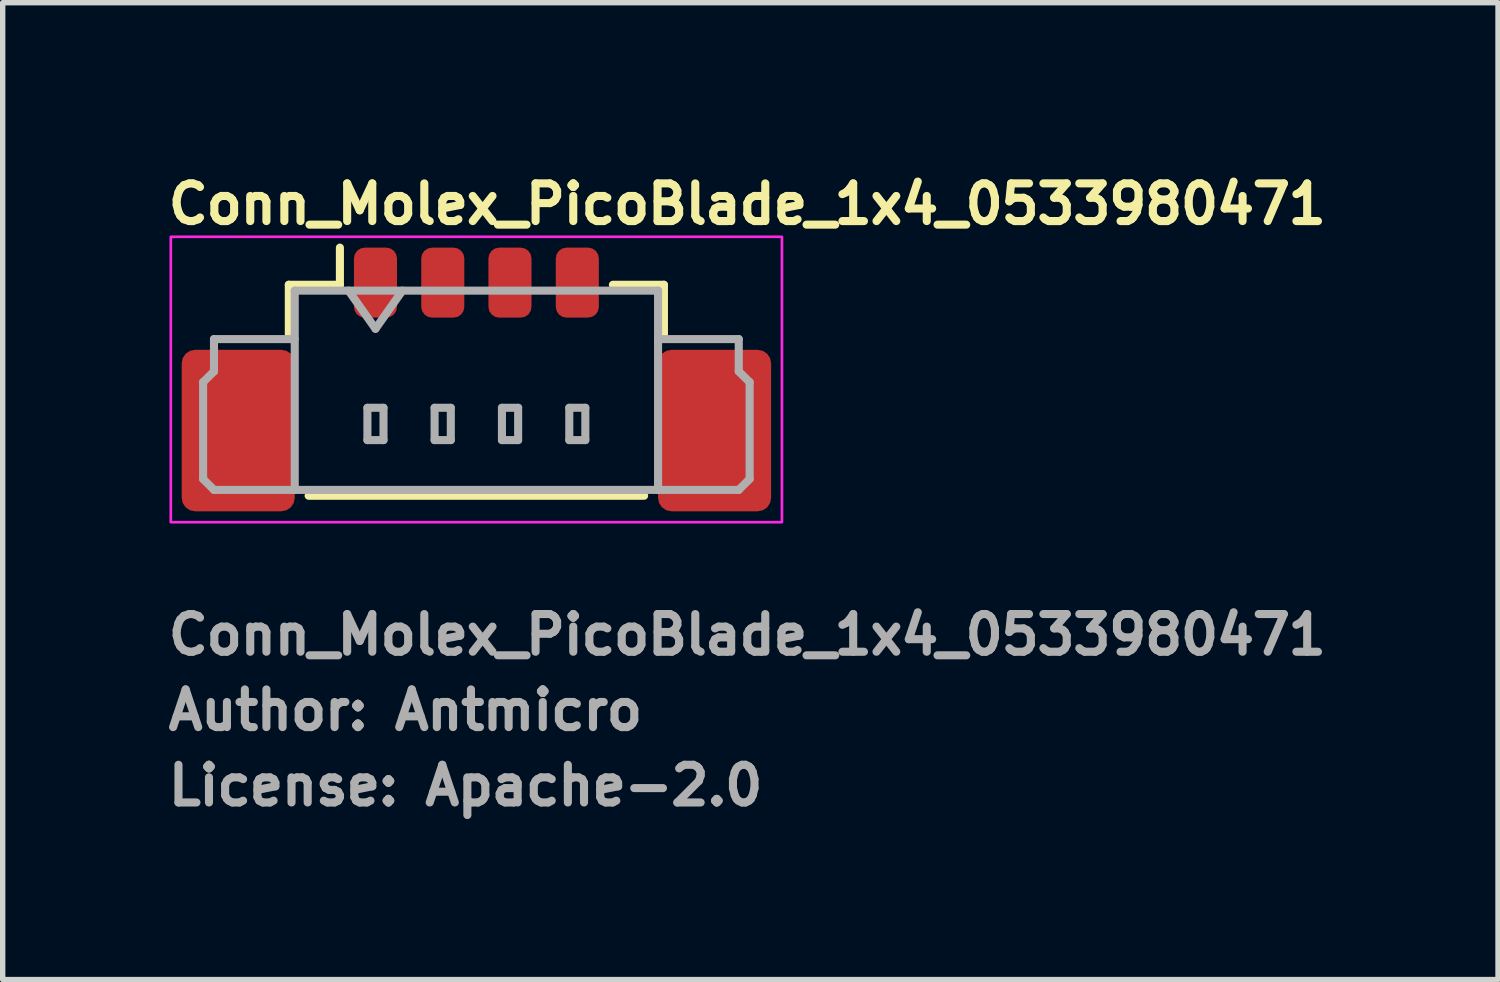
<source format=kicad_pcb>
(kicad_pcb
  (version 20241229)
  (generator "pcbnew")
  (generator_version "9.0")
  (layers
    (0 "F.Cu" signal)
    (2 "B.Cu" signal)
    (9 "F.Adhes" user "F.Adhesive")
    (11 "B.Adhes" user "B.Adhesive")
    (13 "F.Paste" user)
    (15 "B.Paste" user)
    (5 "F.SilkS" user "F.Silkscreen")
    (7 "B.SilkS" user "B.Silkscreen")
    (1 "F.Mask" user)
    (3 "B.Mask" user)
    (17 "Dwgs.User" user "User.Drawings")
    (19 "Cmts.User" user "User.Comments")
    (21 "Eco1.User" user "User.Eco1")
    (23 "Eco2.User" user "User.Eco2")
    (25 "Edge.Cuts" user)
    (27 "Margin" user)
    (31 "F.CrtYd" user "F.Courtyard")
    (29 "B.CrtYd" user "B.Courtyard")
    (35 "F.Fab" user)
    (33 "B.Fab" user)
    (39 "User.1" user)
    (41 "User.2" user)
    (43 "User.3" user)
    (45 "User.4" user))
  (footprint "Conn_Molex_PicoBlade_1x4_0533980471"
    (layer "F.Cu")
    (at 5.8 3.95)
    (property "Reference" "Conn_Molex_PicoBlade_1x4_0533980471" (at -5.8 -2.8 0) (layer "F.SilkS") (effects (font (size 0.7 0.7) (thickness 0.15)) (justify left bottom)))
    (attr smd)
    (fp_line (start -3.485 -1.71) (end -2.536 -1.71) (stroke (width 0.15) (type solid)) (layer "F.SilkS"))
    (fp_line (start -3.485 -0.76) (end -3.485 -1.71) (stroke (width 0.15) (type solid)) (layer "F.SilkS"))
    (fp_line (start -3.117 2.209) (end 3.115 2.209) (stroke (width 0.15) (type solid)) (layer "F.SilkS"))
    (fp_line (start -2.536 -1.71) (end -2.536 -2.4) (stroke (width 0.15) (type solid)) (layer "F.SilkS"))
    (fp_line (start 3.483 -1.71) (end 2.535 -1.71) (stroke (width 0.15) (type solid)) (layer "F.SilkS"))
    (fp_line (start 3.483 -0.76) (end 3.483 -1.71) (stroke (width 0.15) (type solid)) (layer "F.SilkS"))
    (fp_rect (start -5.677 -2.601) (end 5.675 2.7) (stroke (width 0.05) (type solid)) (fill no) (layer "F.CrtYd"))
    (fp_line (start -5.077 0.099) (end -4.875 -0.101) (stroke (width 0.15) (type solid)) (layer "F.Fab"))
    (fp_line (start -5.077 1.898) (end -5.077 0.099) (stroke (width 0.15) (type solid)) (layer "F.Fab"))
    (fp_line (start -4.875 -0.701) (end -3.375 -0.701) (stroke (width 0.15) (type solid)) (layer "F.Fab"))
    (fp_line (start -4.875 -0.101) (end -4.875 -0.701) (stroke (width 0.15) (type solid)) (layer "F.Fab"))
    (fp_line (start -4.875 2.1) (end -5.077 1.898) (stroke (width 0.15) (type solid)) (layer "F.Fab"))
    (fp_line (start -3.375 -1.601) (end -3.375 2.1) (stroke (width 0.15) (type solid)) (layer "F.Fab"))
    (fp_line (start -3.375 -1.601) (end 3.374 -1.601) (stroke (width 0.15) (type solid)) (layer "F.Fab"))
    (fp_line (start -3.375 2.1) (end -4.875 2.1) (stroke (width 0.15) (type solid)) (layer "F.Fab"))
    (fp_line (start -3.375 2.1) (end 3.374 2.1) (stroke (width 0.15) (type solid)) (layer "F.Fab"))
    (fp_line (start -2.375 -1.601) (end -1.875 -0.893) (stroke (width 0.15) (type solid)) (layer "F.Fab"))
    (fp_line (start -2.025 0.575) (end -2.025 1.175) (stroke (width 0.15) (type solid)) (layer "F.Fab"))
    (fp_line (start -2.025 1.175) (end -1.726 1.175) (stroke (width 0.15) (type solid)) (layer "F.Fab"))
    (fp_line (start -1.875 -0.893) (end -1.375 -1.601) (stroke (width 0.15) (type solid)) (layer "F.Fab"))
    (fp_line (start -1.726 0.575) (end -2.025 0.575) (stroke (width 0.15) (type solid)) (layer "F.Fab"))
    (fp_line (start -1.726 1.175) (end -1.726 0.575) (stroke (width 0.15) (type solid)) (layer "F.Fab"))
    (fp_line (start -0.777 0.575) (end -0.777 1.175) (stroke (width 0.15) (type solid)) (layer "F.Fab"))
    (fp_line (start -0.777 1.175) (end -0.476 1.175) (stroke (width 0.15) (type solid)) (layer "F.Fab"))
    (fp_line (start -0.476 0.575) (end -0.777 0.575) (stroke (width 0.15) (type solid)) (layer "F.Fab"))
    (fp_line (start -0.476 1.175) (end -0.476 0.575) (stroke (width 0.15) (type solid)) (layer "F.Fab"))
    (fp_line (start 0.474 0.575) (end 0.474 1.175) (stroke (width 0.15) (type solid)) (layer "F.Fab"))
    (fp_line (start 0.474 1.175) (end 0.775 1.175) (stroke (width 0.15) (type solid)) (layer "F.Fab"))
    (fp_line (start 0.775 0.575) (end 0.474 0.575) (stroke (width 0.15) (type solid)) (layer "F.Fab"))
    (fp_line (start 0.775 1.175) (end 0.775 0.575) (stroke (width 0.15) (type solid)) (layer "F.Fab"))
    (fp_line (start 1.725 0.575) (end 1.725 1.175) (stroke (width 0.15) (type solid)) (layer "F.Fab"))
    (fp_line (start 1.725 1.175) (end 2.023 1.175) (stroke (width 0.15) (type solid)) (layer "F.Fab"))
    (fp_line (start 2.023 0.575) (end 1.725 0.575) (stroke (width 0.15) (type solid)) (layer "F.Fab"))
    (fp_line (start 2.023 1.175) (end 2.023 0.575) (stroke (width 0.15) (type solid)) (layer "F.Fab"))
    (fp_line (start 3.374 -1.601) (end 3.374 2.1) (stroke (width 0.15) (type solid)) (layer "F.Fab"))
    (fp_line (start 3.374 2.1) (end 4.873 2.1) (stroke (width 0.15) (type solid)) (layer "F.Fab"))
    (fp_line (start 4.873 -0.701) (end 3.374 -0.701) (stroke (width 0.15) (type solid)) (layer "F.Fab"))
    (fp_line (start 4.873 -0.101) (end 4.873 -0.701) (stroke (width 0.15) (type solid)) (layer "F.Fab"))
    (fp_line (start 4.873 2.1) (end 5.075 1.898) (stroke (width 0.15) (type solid)) (layer "F.Fab"))
    (fp_line (start 5.075 0.099) (end 4.873 -0.101) (stroke (width 0.15) (type solid)) (layer "F.Fab"))
    (fp_line (start 5.075 1.898) (end 5.075 0.099) (stroke (width 0.15) (type solid)) (layer "F.Fab"))
    (fp_rect (start -5.077 -2.101) (end 5.075 2.1) (stroke (width 0.1) (type solid)) (fill no) (layer "User.5"))
    (fp_line (start -5.077 0.199) (end -5.077 1.798) (stroke (width 0.02) (type solid)) (layer "User.9"))
    (fp_line (start -5.077 0.199) (end -4.875 0) (stroke (width 0.02) (type solid)) (layer "User.9"))
    (fp_line (start -5.077 1.798) (end -4.875 1.999) (stroke (width 0.02) (type solid)) (layer "User.9"))
    (fp_line (start -4.875 -0.701) (end -3.375 -0.701) (stroke (width 0.02) (type solid)) (layer "User.9"))
    (fp_line (start -4.875 2.1) (end -4.875 -0.701) (stroke (width 0.02) (type solid)) (layer "User.9"))
    (fp_line (start -4.875 2.1) (end -3.375 2.1) (stroke (width 0.02) (type solid)) (layer "User.9"))
    (fp_line (start -3.375 -1.601) (end -3.375 -1.401) (stroke (width 0.02) (type solid)) (layer "User.9"))
    (fp_line (start -3.375 -1.401) (end -3.375 -0.701) (stroke (width 0.02) (type solid)) (layer "User.9"))
    (fp_line (start -3.375 -0.701) (end -3.375 2.1) (stroke (width 0.02) (type solid)) (layer "User.9"))
    (fp_line (start -3.375 -0.701) (end -2.976 -0.701) (stroke (width 0.02) (type solid)) (layer "User.9"))
    (fp_line (start -3.375 2.1) (end -1.526 2.1) (stroke (width 0.02) (type solid)) (layer "User.9"))
    (fp_line (start -2.976 -0.701) (end -2.976 1.898) (stroke (width 0.02) (type solid)) (layer "User.9"))
    (fp_line (start -2.976 -0.701) (end -2.775 -0.701) (stroke (width 0.02) (type solid)) (layer "User.9"))
    (fp_line (start -2.976 1.898) (end -2.775 1.699) (stroke (width 0.02) (type solid)) (layer "User.9"))
    (fp_line (start -2.976 1.898) (end -1.526 1.898) (stroke (width 0.02) (type solid)) (layer "User.9"))
    (fp_line (start -2.775 -0.701) (end -2.775 1.699) (stroke (width 0.02) (type solid)) (layer "User.9"))
    (fp_line (start -2.775 -0.701) (end -2.426 -0.701) (stroke (width 0.02) (type solid)) (layer "User.9"))
    (fp_line (start -2.775 1.699) (end -1.526 1.699) (stroke (width 0.02) (type solid)) (layer "User.9"))
    (fp_line (start -2.426 -1.401) (end -3.375 -1.401) (stroke (width 0.02) (type solid)) (layer "User.9"))
    (fp_line (start -2.426 -0.701) (end -2.426 -1.401) (stroke (width 0.02) (type solid)) (layer "User.9"))
    (fp_line (start -2.036 -2.101) (end -2.036 -1.601) (stroke (width 0.02) (type solid)) (layer "User.9"))
    (fp_line (start -2.036 -2.101) (end -1.716 -2.101) (stroke (width 0.02) (type solid)) (layer "User.9"))
    (fp_line (start -2.036 0.574) (end -2.036 1.175) (stroke (width 0.02) (type solid)) (layer "User.9"))
    (fp_line (start -2.036 0.574) (end -1.716 0.574) (stroke (width 0.02) (type solid)) (layer "User.9"))
    (fp_line (start -2.036 1.175) (end -1.716 1.175) (stroke (width 0.02) (type solid)) (layer "User.9"))
    (fp_line (start -1.986 0.675) (end -2.036 0.574) (stroke (width 0.02) (type solid)) (layer "User.9"))
    (fp_line (start -1.986 0.675) (end -1.986 1.074) (stroke (width 0.02) (type solid)) (layer "User.9"))
    (fp_line (start -1.986 0.675) (end -1.766 0.675) (stroke (width 0.02) (type solid)) (layer "User.9"))
    (fp_line (start -1.986 1.074) (end -2.036 1.175) (stroke (width 0.02) (type solid)) (layer "User.9"))
    (fp_line (start -1.986 1.074) (end -1.766 1.074) (stroke (width 0.02) (type solid)) (layer "User.9"))
    (fp_line (start -1.766 0.675) (end -1.766 1.074) (stroke (width 0.02) (type solid)) (layer "User.9"))
    (fp_line (start -1.766 0.675) (end -1.716 0.574) (stroke (width 0.02) (type solid)) (layer "User.9"))
    (fp_line (start -1.766 1.074) (end -1.716 1.175) (stroke (width 0.02) (type solid)) (layer "User.9"))
    (fp_line (start -1.716 -2.101) (end -1.716 -1.601) (stroke (width 0.02) (type solid)) (layer "User.9"))
    (fp_line (start -1.716 0.574) (end -1.716 1.175) (stroke (width 0.02) (type solid)) (layer "User.9"))
    (fp_line (start -1.526 1.898) (end -1.526 1.699) (stroke (width 0.02) (type solid)) (layer "User.9"))
    (fp_line (start -1.526 2.1) (end -1.526 1.898) (stroke (width 0.02) (type solid)) (layer "User.9"))
    (fp_line (start -1.226 1.699) (end -1.526 1.699) (stroke (width 0.02) (type solid)) (layer "User.9"))
    (fp_line (start -1.226 1.699) (end -1.226 1.898) (stroke (width 0.02) (type solid)) (layer "User.9"))
    (fp_line (start -1.226 1.699) (end 1.225 1.699) (stroke (width 0.02) (type solid)) (layer "User.9"))
    (fp_line (start -1.226 1.898) (end 1.225 1.898) (stroke (width 0.02) (type solid)) (layer "User.9"))
    (fp_line (start -1.226 2.1) (end -1.526 2.1) (stroke (width 0.02) (type solid)) (layer "User.9"))
    (fp_line (start -1.226 2.1) (end -1.226 1.898) (stroke (width 0.02) (type solid)) (layer "User.9"))
    (fp_line (start -1.226 2.1) (end 1.225 2.1) (stroke (width 0.02) (type solid)) (layer "User.9"))
    (fp_line (start -0.787 -2.101) (end -0.787 -1.601) (stroke (width 0.02) (type solid)) (layer "User.9"))
    (fp_line (start -0.787 -2.101) (end -0.467 -2.101) (stroke (width 0.02) (type solid)) (layer "User.9"))
    (fp_line (start -0.787 0.574) (end -0.787 1.175) (stroke (width 0.02) (type solid)) (layer "User.9"))
    (fp_line (start -0.787 0.574) (end -0.467 0.574) (stroke (width 0.02) (type solid)) (layer "User.9"))
    (fp_line (start -0.787 1.175) (end -0.467 1.175) (stroke (width 0.02) (type solid)) (layer "User.9"))
    (fp_line (start -0.735 0.675) (end -0.787 0.574) (stroke (width 0.02) (type solid)) (layer "User.9"))
    (fp_line (start -0.735 0.675) (end -0.735 1.074) (stroke (width 0.02) (type solid)) (layer "User.9"))
    (fp_line (start -0.735 0.675) (end -0.517 0.675) (stroke (width 0.02) (type solid)) (layer "User.9"))
    (fp_line (start -0.735 1.074) (end -0.787 1.175) (stroke (width 0.02) (type solid)) (layer "User.9"))
    (fp_line (start -0.735 1.074) (end -0.517 1.074) (stroke (width 0.02) (type solid)) (layer "User.9"))
    (fp_line (start -0.517 0.675) (end -0.517 1.074) (stroke (width 0.02) (type solid)) (layer "User.9"))
    (fp_line (start -0.517 0.675) (end -0.467 0.574) (stroke (width 0.02) (type solid)) (layer "User.9"))
    (fp_line (start -0.517 1.074) (end -0.467 1.175) (stroke (width 0.02) (type solid)) (layer "User.9"))
    (fp_line (start -0.467 -2.101) (end -0.467 -1.601) (stroke (width 0.02) (type solid)) (layer "User.9"))
    (fp_line (start -0.467 0.574) (end -0.467 1.175) (stroke (width 0.02) (type solid)) (layer "User.9"))
    (fp_line (start 0.465 -2.101) (end 0.465 -1.601) (stroke (width 0.02) (type solid)) (layer "User.9"))
    (fp_line (start 0.465 -2.101) (end 0.785 -2.101) (stroke (width 0.02) (type solid)) (layer "User.9"))
    (fp_line (start 0.465 0.574) (end 0.465 1.175) (stroke (width 0.02) (type solid)) (layer "User.9"))
    (fp_line (start 0.465 0.574) (end 0.785 0.574) (stroke (width 0.02) (type solid)) (layer "User.9"))
    (fp_line (start 0.465 1.175) (end 0.785 1.175) (stroke (width 0.02) (type solid)) (layer "User.9"))
    (fp_line (start 0.515 0.675) (end 0.465 0.574) (stroke (width 0.02) (type solid)) (layer "User.9"))
    (fp_line (start 0.515 0.675) (end 0.515 1.074) (stroke (width 0.02) (type solid)) (layer "User.9"))
    (fp_line (start 0.515 0.675) (end 0.733 0.675) (stroke (width 0.02) (type solid)) (layer "User.9"))
    (fp_line (start 0.515 1.074) (end 0.465 1.175) (stroke (width 0.02) (type solid)) (layer "User.9"))
    (fp_line (start 0.515 1.074) (end 0.733 1.074) (stroke (width 0.02) (type solid)) (layer "User.9"))
    (fp_line (start 0.733 0.675) (end 0.733 1.074) (stroke (width 0.02) (type solid)) (layer "User.9"))
    (fp_line (start 0.733 0.675) (end 0.785 0.574) (stroke (width 0.02) (type solid)) (layer "User.9"))
    (fp_line (start 0.733 1.074) (end 0.785 1.175) (stroke (width 0.02) (type solid)) (layer "User.9"))
    (fp_line (start 0.785 -2.101) (end 0.785 -1.601) (stroke (width 0.02) (type solid)) (layer "User.9"))
    (fp_line (start 0.785 0.574) (end 0.785 1.175) (stroke (width 0.02) (type solid)) (layer "User.9"))
    (fp_line (start 1.225 1.898) (end 1.225 1.699) (stroke (width 0.02) (type solid)) (layer "User.9"))
    (fp_line (start 1.225 2.1) (end 1.225 1.898) (stroke (width 0.02) (type solid)) (layer "User.9"))
    (fp_line (start 1.523 1.699) (end 1.225 1.699) (stroke (width 0.02) (type solid)) (layer "User.9"))
    (fp_line (start 1.523 1.699) (end 1.523 1.898) (stroke (width 0.02) (type solid)) (layer "User.9"))
    (fp_line (start 1.523 1.699) (end 2.773 1.699) (stroke (width 0.02) (type solid)) (layer "User.9"))
    (fp_line (start 1.523 1.898) (end 2.975 1.898) (stroke (width 0.02) (type solid)) (layer "User.9"))
    (fp_line (start 1.523 2.1) (end 1.225 2.1) (stroke (width 0.02) (type solid)) (layer "User.9"))
    (fp_line (start 1.523 2.1) (end 1.523 1.898) (stroke (width 0.02) (type solid)) (layer "User.9"))
    (fp_line (start 1.523 2.1) (end 3.374 2.1) (stroke (width 0.02) (type solid)) (layer "User.9"))
    (fp_line (start 1.715 -2.101) (end 1.715 -1.601) (stroke (width 0.02) (type solid)) (layer "User.9"))
    (fp_line (start 1.715 -2.101) (end 2.035 -2.101) (stroke (width 0.02) (type solid)) (layer "User.9"))
    (fp_line (start 1.715 0.574) (end 1.715 1.175) (stroke (width 0.02) (type solid)) (layer "User.9"))
    (fp_line (start 1.715 0.574) (end 2.035 0.574) (stroke (width 0.02) (type solid)) (layer "User.9"))
    (fp_line (start 1.715 1.175) (end 2.035 1.175) (stroke (width 0.02) (type solid)) (layer "User.9"))
    (fp_line (start 1.763 0.675) (end 1.715 0.574) (stroke (width 0.02) (type solid)) (layer "User.9"))
    (fp_line (start 1.763 0.675) (end 1.763 1.074) (stroke (width 0.02) (type solid)) (layer "User.9"))
    (fp_line (start 1.763 0.675) (end 1.985 0.675) (stroke (width 0.02) (type solid)) (layer "User.9"))
    (fp_line (start 1.763 1.074) (end 1.715 1.175) (stroke (width 0.02) (type solid)) (layer "User.9"))
    (fp_line (start 1.763 1.074) (end 1.985 1.074) (stroke (width 0.02) (type solid)) (layer "User.9"))
    (fp_line (start 1.985 0.675) (end 1.985 1.074) (stroke (width 0.02) (type solid)) (layer "User.9"))
    (fp_line (start 1.985 0.675) (end 2.035 0.574) (stroke (width 0.02) (type solid)) (layer "User.9"))
    (fp_line (start 1.985 1.074) (end 2.035 1.175) (stroke (width 0.02) (type solid)) (layer "User.9"))
    (fp_line (start 2.035 -2.101) (end 2.035 -1.601) (stroke (width 0.02) (type solid)) (layer "User.9"))
    (fp_line (start 2.035 0.574) (end 2.035 1.175) (stroke (width 0.02) (type solid)) (layer "User.9"))
    (fp_line (start 2.423 -1.401) (end 2.423 -0.701) (stroke (width 0.02) (type solid)) (layer "User.9"))
    (fp_line (start 2.423 -0.701) (end 2.773 -0.701) (stroke (width 0.02) (type solid)) (layer "User.9"))
    (fp_line (start 2.773 1.699) (end 2.773 -0.701) (stroke (width 0.02) (type solid)) (layer "User.9"))
    (fp_line (start 2.975 -0.701) (end 2.773 -0.701) (stroke (width 0.02) (type solid)) (layer "User.9"))
    (fp_line (start 2.975 -0.701) (end 3.374 -0.701) (stroke (width 0.02) (type solid)) (layer "User.9"))
    (fp_line (start 2.975 1.898) (end 2.773 1.699) (stroke (width 0.02) (type solid)) (layer "User.9"))
    (fp_line (start 2.975 1.898) (end 2.975 -0.701) (stroke (width 0.02) (type solid)) (layer "User.9"))
    (fp_line (start 3.374 -1.601) (end -3.375 -1.601) (stroke (width 0.02) (type solid)) (layer "User.9"))
    (fp_line (start 3.374 -1.401) (end 2.423 -1.401) (stroke (width 0.02) (type solid)) (layer "User.9"))
    (fp_line (start 3.374 -1.401) (end 3.374 -1.601) (stroke (width 0.02) (type solid)) (layer "User.9"))
    (fp_line (start 3.374 -0.701) (end 3.374 -1.401) (stroke (width 0.02) (type solid)) (layer "User.9"))
    (fp_line (start 3.374 2.1) (end 3.374 -0.701) (stroke (width 0.02) (type solid)) (layer "User.9"))
    (fp_line (start 4.873 -0.701) (end 3.374 -0.701) (stroke (width 0.02) (type solid)) (layer "User.9"))
    (fp_line (start 4.873 2.1) (end 3.374 2.1) (stroke (width 0.02) (type solid)) (layer "User.9"))
    (fp_line (start 4.873 2.1) (end 4.873 -0.701) (stroke (width 0.02) (type solid)) (layer "User.9"))
    (fp_line (start 5.075 0.199) (end 4.873 0) (stroke (width 0.02) (type solid)) (layer "User.9"))
    (fp_line (start 5.075 0.199) (end 5.075 1.798) (stroke (width 0.02) (type solid)) (layer "User.9"))
    (fp_line (start 5.075 1.798) (end 4.873 1.999) (stroke (width 0.02) (type solid)) (layer "User.9"))
    (fp_text user "License: Apache-2.0" (at -5.8 8 0) (layer "F.Fab") (effects (font (size 0.7 0.7) (thickness 0.15)) (justify left bottom)))
    (fp_text user "${REFERENCE}" (at -5.8 5.2 0) (layer "F.Fab") (effects (font (size 0.7 0.7) (thickness 0.15)) (justify left bottom)))
    (fp_text user "Author: Antmicro" (at -5.8 6.6 0) (layer "F.Fab") (effects (font (size 0.7 0.7) (thickness 0.15)) (justify left bottom)))
    (pad "1" smd roundrect (at -1.875 -1.75) (size 0.8 1.3) (layers "F.Cu" "F.Mask" "F.Paste") (roundrect_rratio 0.25))
    (pad "2" smd roundrect (at -0.625 -1.75) (size 0.8 1.3) (layers "F.Cu" "F.Mask" "F.Paste") (roundrect_rratio 0.25))
    (pad "3" smd roundrect (at 0.623 -1.75) (size 0.8 1.3) (layers "F.Cu" "F.Mask" "F.Paste") (roundrect_rratio 0.25))
    (pad "4" smd roundrect (at 1.874 -1.75) (size 0.8 1.3) (layers "F.Cu" "F.Mask" "F.Paste") (roundrect_rratio 0.25))
    (pad "MP1" smd roundrect (at -4.425 0.998) (size 2.1 3) (layers "F.Cu" "F.Mask" "F.Paste") (roundrect_rratio 0.119))
    (pad "MP2" smd roundrect (at 4.424 0.998) (size 2.1 3) (layers "F.Cu" "F.Mask" "F.Paste") (roundrect_rratio 0.119)))
  (gr_rect
    (start -3 -3)
    (end 24.777 15.146)
    (stroke (width 0.1) (type default))
    (fill no)
    (layer "Edge.Cuts")))
</source>
